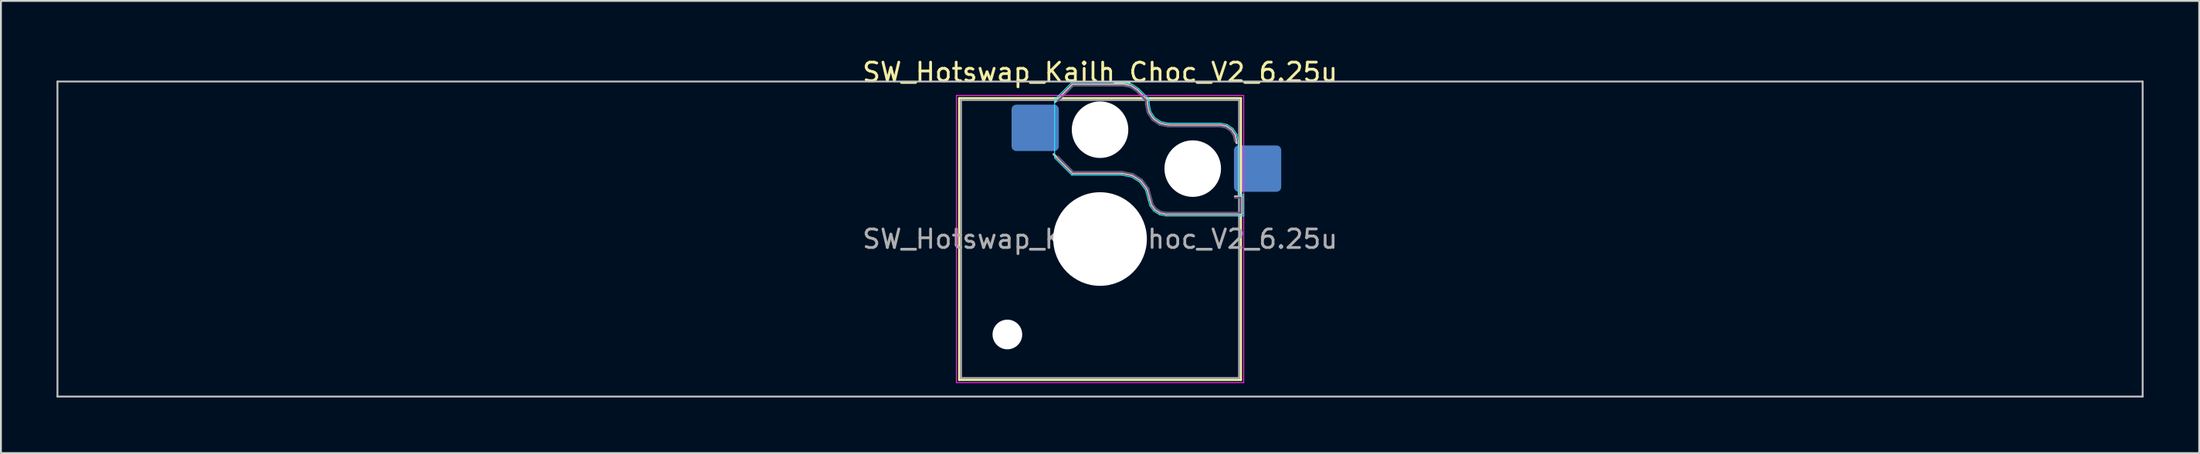
<source format=kicad_pcb>
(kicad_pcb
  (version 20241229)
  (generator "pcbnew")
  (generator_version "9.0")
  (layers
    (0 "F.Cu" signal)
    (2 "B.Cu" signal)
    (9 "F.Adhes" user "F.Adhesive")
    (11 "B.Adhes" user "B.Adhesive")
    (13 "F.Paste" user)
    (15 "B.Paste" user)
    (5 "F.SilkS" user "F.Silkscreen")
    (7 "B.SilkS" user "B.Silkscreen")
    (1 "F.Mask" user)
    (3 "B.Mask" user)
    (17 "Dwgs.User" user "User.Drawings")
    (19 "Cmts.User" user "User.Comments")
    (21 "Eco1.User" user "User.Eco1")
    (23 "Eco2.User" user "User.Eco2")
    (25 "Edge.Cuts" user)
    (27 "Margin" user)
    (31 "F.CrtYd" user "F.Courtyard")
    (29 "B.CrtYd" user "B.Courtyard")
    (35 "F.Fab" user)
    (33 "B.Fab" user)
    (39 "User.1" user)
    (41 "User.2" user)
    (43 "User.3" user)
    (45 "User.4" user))
  (footprint "SW_Hotswap_Kailh_Choc_V2_6.25u"
    (layer "F.Cu")
    (at 56.3 9.848)
    (property "Reference" "SW_Hotswap_Kailh_Choc_V2_6.25u" (at 0 -9 0) (layer "F.SilkS") (effects (font (size 1 1) (thickness 0.15))))
    (attr smd)
    (fp_line (start -7.6 -7.6) (end -7.6 7.6) (stroke (width 0.12) (type solid)) (layer "F.SilkS"))
    (fp_line (start -7.6 7.6) (end 7.6 7.6) (stroke (width 0.12) (type solid)) (layer "F.SilkS"))
    (fp_line (start 7.6 -7.6) (end -7.6 -7.6) (stroke (width 0.12) (type solid)) (layer "F.SilkS"))
    (fp_line (start 7.6 7.6) (end 7.6 -7.6) (stroke (width 0.12) (type solid)) (layer "F.SilkS"))
    (fp_line (start -2.416 -7.409) (end -1.479 -8.346) (stroke (width 0.12) (type solid)) (layer "B.SilkS"))
    (fp_line (start -1.479 -8.346) (end 1.268 -8.346) (stroke (width 0.12) (type solid)) (layer "B.SilkS"))
    (fp_line (start -1.479 -3.554) (end -2.5 -4.575) (stroke (width 0.12) (type solid)) (layer "B.SilkS"))
    (fp_line (start 1.168 -3.554) (end -1.479 -3.554) (stroke (width 0.12) (type solid)) (layer "B.SilkS"))
    (fp_line (start 1.268 -8.346) (end 1.671 -8.266) (stroke (width 0.12) (type solid)) (layer "B.SilkS"))
    (fp_line (start 1.671 -8.266) (end 2.013 -8.037) (stroke (width 0.12) (type solid)) (layer "B.SilkS"))
    (fp_line (start 1.73 -3.449) (end 1.168 -3.554) (stroke (width 0.12) (type solid)) (layer "B.SilkS"))
    (fp_line (start 2.013 -8.037) (end 2.546 -7.504) (stroke (width 0.12) (type solid)) (layer "B.SilkS"))
    (fp_line (start 2.209 -3.15) (end 1.73 -3.449) (stroke (width 0.12) (type solid)) (layer "B.SilkS"))
    (fp_line (start 2.546 -7.504) (end 2.546 -7.282) (stroke (width 0.12) (type solid)) (layer "B.SilkS"))
    (fp_line (start 2.546 -7.282) (end 2.633 -6.844) (stroke (width 0.12) (type solid)) (layer "B.SilkS"))
    (fp_line (start 2.547 -2.697) (end 2.209 -3.15) (stroke (width 0.12) (type solid)) (layer "B.SilkS"))
    (fp_line (start 2.633 -6.844) (end 2.877 -6.477) (stroke (width 0.12) (type solid)) (layer "B.SilkS"))
    (fp_line (start 2.701 -2.139) (end 2.547 -2.697) (stroke (width 0.12) (type solid)) (layer "B.SilkS"))
    (fp_line (start 2.783 -1.841) (end 2.701 -2.139) (stroke (width 0.12) (type solid)) (layer "B.SilkS"))
    (fp_line (start 2.877 -6.477) (end 3.244 -6.233) (stroke (width 0.12) (type solid)) (layer "B.SilkS"))
    (fp_line (start 2.976 -1.583) (end 2.783 -1.841) (stroke (width 0.12) (type solid)) (layer "B.SilkS"))
    (fp_line (start 3.244 -6.233) (end 3.682 -6.146) (stroke (width 0.12) (type solid)) (layer "B.SilkS"))
    (fp_line (start 3.25 -1.413) (end 2.976 -1.583) (stroke (width 0.12) (type solid)) (layer "B.SilkS"))
    (fp_line (start 3.56 -1.354) (end 3.25 -1.413) (stroke (width 0.12) (type solid)) (layer "B.SilkS"))
    (fp_line (start 3.682 -6.146) (end 6.482 -6.146) (stroke (width 0.12) (type solid)) (layer "B.SilkS"))
    (fp_line (start 6.482 -6.146) (end 6.809 -6.081) (stroke (width 0.12) (type solid)) (layer "B.SilkS"))
    (fp_line (start 6.809 -6.081) (end 7.092 -5.892) (stroke (width 0.12) (type solid)) (layer "B.SilkS"))
    (fp_line (start 7.092 -5.892) (end 7.281 -5.609) (stroke (width 0.12) (type solid)) (layer "B.SilkS"))
    (fp_line (start 7.281 -5.609) (end 7.366 -5.182) (stroke (width 0.12) (type solid)) (layer "B.SilkS"))
    (fp_line (start 7.283 -2.296) (end 7.646 -2.296) (stroke (width 0.12) (type solid)) (layer "B.SilkS"))
    (fp_line (start 7.646 -2.296) (end 7.646 -1.354) (stroke (width 0.12) (type solid)) (layer "B.SilkS"))
    (fp_line (start 7.646 -1.354) (end 3.56 -1.354) (stroke (width 0.12) (type solid)) (layer "B.SilkS"))
    (fp_line (start -56.25 -8.5) (end -56.25 8.5) (stroke (width 0.1) (type solid)) (layer "Dwgs.User"))
    (fp_line (start -56.25 8.5) (end 56.25 8.5) (stroke (width 0.1) (type solid)) (layer "Dwgs.User"))
    (fp_line (start 56.25 -8.5) (end -56.25 -8.5) (stroke (width 0.1) (type solid)) (layer "Dwgs.User"))
    (fp_line (start 56.25 8.5) (end 56.25 -8.5) (stroke (width 0.1) (type solid)) (layer "Dwgs.User"))
    (fp_line (start -7.25 -7.25) (end -7.25 7.25) (stroke (width 0.1) (type solid)) (layer "Eco1.User"))
    (fp_line (start -7.25 7.25) (end 7.25 7.25) (stroke (width 0.1) (type solid)) (layer "Eco1.User"))
    (fp_line (start 7.25 -7.25) (end -7.25 -7.25) (stroke (width 0.1) (type solid)) (layer "Eco1.User"))
    (fp_line (start 7.25 7.25) (end 7.25 -7.25) (stroke (width 0.1) (type solid)) (layer "Eco1.User"))
    (fp_line (start -2.452 -7.523) (end -1.523 -8.452) (stroke (width 0.05) (type solid)) (layer "B.CrtYd"))
    (fp_line (start -2.452 -4.377) (end -2.452 -7.523) (stroke (width 0.05) (type solid)) (layer "B.CrtYd"))
    (fp_line (start -1.523 -8.452) (end 1.278 -8.452) (stroke (width 0.05) (type solid)) (layer "B.CrtYd"))
    (fp_line (start -1.523 -3.448) (end -2.452 -4.377) (stroke (width 0.05) (type solid)) (layer "B.CrtYd"))
    (fp_line (start 1.159 -3.448) (end -1.523 -3.448) (stroke (width 0.05) (type solid)) (layer "B.CrtYd"))
    (fp_line (start 1.278 -8.452) (end 1.712 -8.366) (stroke (width 0.05) (type solid)) (layer "B.CrtYd"))
    (fp_line (start 1.691 -3.348) (end 1.159 -3.448) (stroke (width 0.05) (type solid)) (layer "B.CrtYd"))
    (fp_line (start 1.712 -8.366) (end 2.081 -8.119) (stroke (width 0.05) (type solid)) (layer "B.CrtYd"))
    (fp_line (start 2.081 -8.119) (end 2.652 -7.548) (stroke (width 0.05) (type solid)) (layer "B.CrtYd"))
    (fp_line (start 2.136 -3.071) (end 1.691 -3.348) (stroke (width 0.05) (type solid)) (layer "B.CrtYd"))
    (fp_line (start 2.45 -2.65) (end 2.136 -3.071) (stroke (width 0.05) (type solid)) (layer "B.CrtYd"))
    (fp_line (start 2.599 -2.111) (end 2.45 -2.65) (stroke (width 0.05) (type solid)) (layer "B.CrtYd"))
    (fp_line (start 2.652 -7.548) (end 2.652 -7.292) (stroke (width 0.05) (type solid)) (layer "B.CrtYd"))
    (fp_line (start 2.652 -7.292) (end 2.733 -6.885) (stroke (width 0.05) (type solid)) (layer "B.CrtYd"))
    (fp_line (start 2.687 -1.794) (end 2.599 -2.111) (stroke (width 0.05) (type solid)) (layer "B.CrtYd"))
    (fp_line (start 2.733 -6.885) (end 2.953 -6.553) (stroke (width 0.05) (type solid)) (layer "B.CrtYd"))
    (fp_line (start 2.903 -1.503) (end 2.687 -1.794) (stroke (width 0.05) (type solid)) (layer "B.CrtYd"))
    (fp_line (start 2.953 -6.553) (end 3.285 -6.333) (stroke (width 0.05) (type solid)) (layer "B.CrtYd"))
    (fp_line (start 3.211 -1.312) (end 2.903 -1.503) (stroke (width 0.05) (type solid)) (layer "B.CrtYd"))
    (fp_line (start 3.285 -6.333) (end 3.692 -6.252) (stroke (width 0.05) (type solid)) (layer "B.CrtYd"))
    (fp_line (start 3.55 -1.248) (end 3.211 -1.312) (stroke (width 0.05) (type solid)) (layer "B.CrtYd"))
    (fp_line (start 3.692 -6.252) (end 6.492 -6.252) (stroke (width 0.05) (type solid)) (layer "B.CrtYd"))
    (fp_line (start 6.492 -6.252) (end 6.85 -6.181) (stroke (width 0.05) (type solid)) (layer "B.CrtYd"))
    (fp_line (start 6.85 -6.181) (end 7.168 -5.968) (stroke (width 0.05) (type solid)) (layer "B.CrtYd"))
    (fp_line (start 7.168 -5.968) (end 7.381 -5.65) (stroke (width 0.05) (type solid)) (layer "B.CrtYd"))
    (fp_line (start 7.381 -5.65) (end 7.452 -5.292) (stroke (width 0.05) (type solid)) (layer "B.CrtYd"))
    (fp_line (start 7.452 -5.292) (end 7.452 -2.402) (stroke (width 0.05) (type solid)) (layer "B.CrtYd"))
    (fp_line (start 7.452 -2.402) (end 7.752 -2.402) (stroke (width 0.05) (type solid)) (layer "B.CrtYd"))
    (fp_line (start 7.752 -2.402) (end 7.752 -1.248) (stroke (width 0.05) (type solid)) (layer "B.CrtYd"))
    (fp_line (start 7.752 -1.248) (end 3.55 -1.248) (stroke (width 0.05) (type solid)) (layer "B.CrtYd"))
    (fp_line (start -7.75 -7.75) (end -7.75 7.75) (stroke (width 0.05) (type solid)) (layer "F.CrtYd"))
    (fp_line (start -7.75 7.75) (end 7.75 7.75) (stroke (width 0.05) (type solid)) (layer "F.CrtYd"))
    (fp_line (start 7.75 -7.75) (end -7.75 -7.75) (stroke (width 0.05) (type solid)) (layer "F.CrtYd"))
    (fp_line (start 7.75 7.75) (end 7.75 -7.75) (stroke (width 0.05) (type solid)) (layer "F.CrtYd"))
    (fp_line (start -2.275 -7.45) (end -1.45 -8.275) (stroke (width 0.1) (type solid)) (layer "B.Fab"))
    (fp_line (start -1.45 -8.275) (end 1.261 -8.275) (stroke (width 0.1) (type solid)) (layer "B.Fab"))
    (fp_line (start -1.45 -3.625) (end -2.275 -4.45) (stroke (width 0.1) (type solid)) (layer "B.Fab"))
    (fp_line (start 1.175 -3.625) (end -1.45 -3.625) (stroke (width 0.1) (type solid)) (layer "B.Fab"))
    (fp_line (start 1.261 -8.275) (end 1.643 -8.199) (stroke (width 0.1) (type solid)) (layer "B.Fab"))
    (fp_line (start 1.643 -8.199) (end 1.968 -7.982) (stroke (width 0.1) (type solid)) (layer "B.Fab"))
    (fp_line (start 1.756 -3.516) (end 1.175 -3.625) (stroke (width 0.1) (type solid)) (layer "B.Fab"))
    (fp_line (start 1.968 -7.982) (end 2.475 -7.475) (stroke (width 0.1) (type solid)) (layer "B.Fab"))
    (fp_line (start 2.258 -3.203) (end 1.756 -3.516) (stroke (width 0.1) (type solid)) (layer "B.Fab"))
    (fp_line (start 2.475 -7.475) (end 2.475 -7.275) (stroke (width 0.1) (type solid)) (layer "B.Fab"))
    (fp_line (start 2.475 -7.275) (end 2.566 -6.816) (stroke (width 0.1) (type solid)) (layer "B.Fab"))
    (fp_line (start 2.566 -6.816) (end 2.826 -6.426) (stroke (width 0.1) (type solid)) (layer "B.Fab"))
    (fp_line (start 2.612 -2.729) (end 2.258 -3.203) (stroke (width 0.1) (type solid)) (layer "B.Fab"))
    (fp_line (start 2.769 -2.158) (end 2.612 -2.729) (stroke (width 0.1) (type solid)) (layer "B.Fab"))
    (fp_line (start 2.826 -6.426) (end 3.216 -6.166) (stroke (width 0.1) (type solid)) (layer "B.Fab"))
    (fp_line (start 2.848 -1.873) (end 2.769 -2.158) (stroke (width 0.1) (type solid)) (layer "B.Fab"))
    (fp_line (start 3.025 -1.636) (end 2.848 -1.873) (stroke (width 0.1) (type solid)) (layer "B.Fab"))
    (fp_line (start 3.216 -6.166) (end 3.675 -6.075) (stroke (width 0.1) (type solid)) (layer "B.Fab"))
    (fp_line (start 3.276 -1.48) (end 3.025 -1.636) (stroke (width 0.1) (type solid)) (layer "B.Fab"))
    (fp_line (start 3.567 -1.425) (end 3.276 -1.48) (stroke (width 0.1) (type solid)) (layer "B.Fab"))
    (fp_line (start 3.675 -6.075) (end 6.475 -6.075) (stroke (width 0.1) (type solid)) (layer "B.Fab"))
    (fp_line (start 6.475 -6.075) (end 6.781 -6.014) (stroke (width 0.1) (type solid)) (layer "B.Fab"))
    (fp_line (start 6.781 -6.014) (end 7.041 -5.841) (stroke (width 0.1) (type solid)) (layer "B.Fab"))
    (fp_line (start 7.041 -5.841) (end 7.214 -5.581) (stroke (width 0.1) (type solid)) (layer "B.Fab"))
    (fp_line (start 7.214 -5.581) (end 7.275 -5.275) (stroke (width 0.1) (type solid)) (layer "B.Fab"))
    (fp_line (start 7.275 -2.225) (end 7.575 -2.225) (stroke (width 0.1) (type solid)) (layer "B.Fab"))
    (fp_line (start 7.575 -2.225) (end 7.575 -1.425) (stroke (width 0.1) (type solid)) (layer "B.Fab"))
    (fp_line (start 7.575 -1.425) (end 3.567 -1.425) (stroke (width 0.1) (type solid)) (layer "B.Fab"))
    (fp_line (start -7.5 -7.5) (end -7.5 7.5) (stroke (width 0.1) (type solid)) (layer "F.Fab"))
    (fp_line (start -7.5 7.5) (end 7.5 7.5) (stroke (width 0.1) (type solid)) (layer "F.Fab"))
    (fp_line (start 7.5 -7.5) (end -7.5 -7.5) (stroke (width 0.1) (type solid)) (layer "F.Fab"))
    (fp_line (start 7.5 7.5) (end 7.5 -7.5) (stroke (width 0.1) (type solid)) (layer "F.Fab"))
    (fp_text user "${REFERENCE}" (at 0 0 0) (layer "F.Fab") (effects (font (size 1 1) (thickness 0.15))))
    (pad "" np_thru_hole circle (at -5 5.15) (size 1.6 1.6) (drill 1.6) (layers "*.Cu" "*.Mask"))
    (pad "" np_thru_hole circle (at 0 -5.9) (size 3.05 3.05) (drill 3.05) (layers "*.Cu" "*.Mask"))
    (pad "" np_thru_hole circle (at 0 0) (size 5.05 5.05) (drill 5.05) (layers "*.Cu" "*.Mask"))
    (pad "" np_thru_hole circle (at 5 -3.8) (size 3.05 3.05) (drill 3.05) (layers "*.Cu" "*.Mask"))
    (pad "1" smd roundrect (at -3.5 -6) (size 2.55 2.5) (layers "B.Cu" "B.Mask" "B.Paste") (roundrect_rratio 0.1))
    (pad "2" smd roundrect (at 8.5 -3.8) (size 2.55 2.5) (layers "B.Cu" "B.Mask" "B.Paste") (roundrect_rratio 0.1)))
  (gr_rect
    (start -3 -3)
    (end 115.6 21.398)
    (stroke (width 0.1) (type default))
    (fill no)
    (layer "Edge.Cuts")))
</source>
